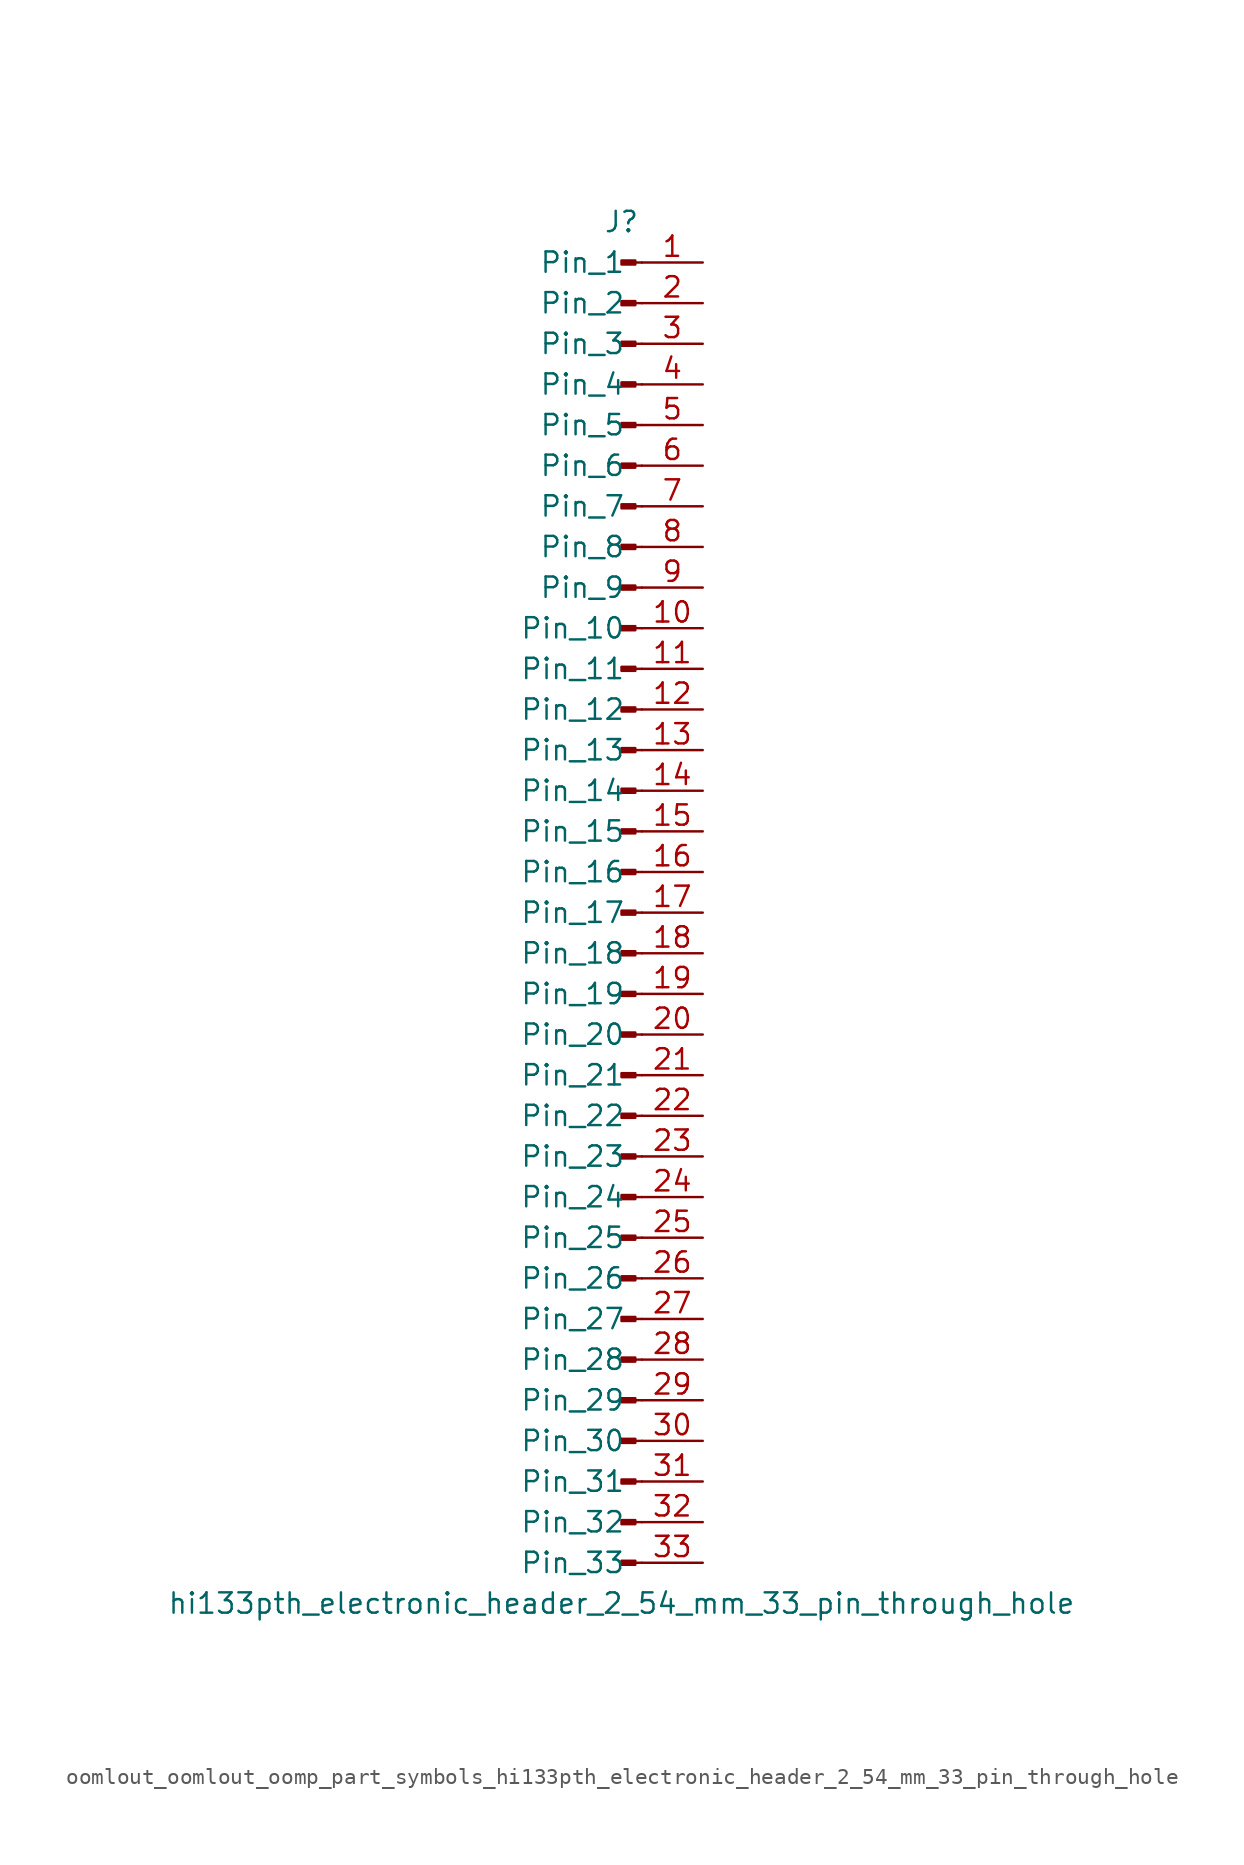
<source format=kicad_sym>
(kicad_symbol_lib
  (version 20220914)
  (generator kicad_symbol_editor)
  (symbol "oomlout_oomlout_oomp_part_symbols_hi133pth_electronic_header_2_54_mm_33_pin_through_hole"
    (pin_names
      (offset 1.016))
    (property "Reference" "J"
      (at 0 43.18 0)
      (effects (font (size 1.27 1.27))))
    (property "Value" "hi133pth_electronic_header_2_54_mm_33_pin_through_hole"
      (at 0 -43.18 0)
      (effects (font (size 1.27 1.27))))
    (property "ki_locked" ""
      (at 0 0 0)
      (effects (font (size 1.27 1.27))))
    (symbol "oomlout_oomlout_oomp_part_symbols_hi133pth_electronic_header_2_54_mm_33_pin_through_hole_1_1"
      (polyline (pts (xy 1.27 -40.64) (xy 0.864 -40.64)) (stroke (width 0.152) (type default)) (fill (type none)))
      (polyline (pts (xy 1.27 -38.1) (xy 0.864 -38.1)) (stroke (width 0.152) (type default)) (fill (type none)))
      (polyline (pts (xy 1.27 -35.56) (xy 0.864 -35.56)) (stroke (width 0.152) (type default)) (fill (type none)))
      (polyline (pts (xy 1.27 -33.02) (xy 0.864 -33.02)) (stroke (width 0.152) (type default)) (fill (type none)))
      (polyline (pts (xy 1.27 -30.48) (xy 0.864 -30.48)) (stroke (width 0.152) (type default)) (fill (type none)))
      (polyline (pts (xy 1.27 -27.94) (xy 0.864 -27.94)) (stroke (width 0.152) (type default)) (fill (type none)))
      (polyline (pts (xy 1.27 -25.4) (xy 0.864 -25.4)) (stroke (width 0.152) (type default)) (fill (type none)))
      (polyline (pts (xy 1.27 -22.86) (xy 0.864 -22.86)) (stroke (width 0.152) (type default)) (fill (type none)))
      (polyline (pts (xy 1.27 -20.32) (xy 0.864 -20.32)) (stroke (width 0.152) (type default)) (fill (type none)))
      (polyline (pts (xy 1.27 -17.78) (xy 0.864 -17.78)) (stroke (width 0.152) (type default)) (fill (type none)))
      (polyline (pts (xy 1.27 -15.24) (xy 0.864 -15.24)) (stroke (width 0.152) (type default)) (fill (type none)))
      (polyline (pts (xy 1.27 -12.7) (xy 0.864 -12.7)) (stroke (width 0.152) (type default)) (fill (type none)))
      (polyline (pts (xy 1.27 -10.16) (xy 0.864 -10.16)) (stroke (width 0.152) (type default)) (fill (type none)))
      (polyline (pts (xy 1.27 -7.62) (xy 0.864 -7.62)) (stroke (width 0.152) (type default)) (fill (type none)))
      (polyline (pts (xy 1.27 -5.08) (xy 0.864 -5.08)) (stroke (width 0.152) (type default)) (fill (type none)))
      (polyline (pts (xy 1.27 -2.54) (xy 0.864 -2.54)) (stroke (width 0.152) (type default)) (fill (type none)))
      (polyline (pts (xy 1.27 0) (xy 0.864 0)) (stroke (width 0.152) (type default)) (fill (type none)))
      (polyline (pts (xy 1.27 2.54) (xy 0.864 2.54)) (stroke (width 0.152) (type default)) (fill (type none)))
      (polyline (pts (xy 1.27 5.08) (xy 0.864 5.08)) (stroke (width 0.152) (type default)) (fill (type none)))
      (polyline (pts (xy 1.27 7.62) (xy 0.864 7.62)) (stroke (width 0.152) (type default)) (fill (type none)))
      (polyline (pts (xy 1.27 10.16) (xy 0.864 10.16)) (stroke (width 0.152) (type default)) (fill (type none)))
      (polyline (pts (xy 1.27 12.7) (xy 0.864 12.7)) (stroke (width 0.152) (type default)) (fill (type none)))
      (polyline (pts (xy 1.27 15.24) (xy 0.864 15.24)) (stroke (width 0.152) (type default)) (fill (type none)))
      (polyline (pts (xy 1.27 17.78) (xy 0.864 17.78)) (stroke (width 0.152) (type default)) (fill (type none)))
      (polyline (pts (xy 1.27 20.32) (xy 0.864 20.32)) (stroke (width 0.152) (type default)) (fill (type none)))
      (polyline (pts (xy 1.27 22.86) (xy 0.864 22.86)) (stroke (width 0.152) (type default)) (fill (type none)))
      (polyline (pts (xy 1.27 25.4) (xy 0.864 25.4)) (stroke (width 0.152) (type default)) (fill (type none)))
      (polyline (pts (xy 1.27 27.94) (xy 0.864 27.94)) (stroke (width 0.152) (type default)) (fill (type none)))
      (polyline (pts (xy 1.27 30.48) (xy 0.864 30.48)) (stroke (width 0.152) (type default)) (fill (type none)))
      (polyline (pts (xy 1.27 33.02) (xy 0.864 33.02)) (stroke (width 0.152) (type default)) (fill (type none)))
      (polyline (pts (xy 1.27 35.56) (xy 0.864 35.56)) (stroke (width 0.152) (type default)) (fill (type none)))
      (polyline (pts (xy 1.27 38.1) (xy 0.864 38.1)) (stroke (width 0.152) (type default)) (fill (type none)))
      (polyline (pts (xy 1.27 40.64) (xy 0.864 40.64)) (stroke (width 0.152) (type default)) (fill (type none)))
      (rectangle (start 0.864 -40.513) (end 0 -40.767) (stroke (width 0.152) (type default)) (fill (type outline)))
      (rectangle (start 0.864 -37.973) (end 0 -38.227) (stroke (width 0.152) (type default)) (fill (type outline)))
      (rectangle (start 0.864 -35.433) (end 0 -35.687) (stroke (width 0.152) (type default)) (fill (type outline)))
      (rectangle (start 0.864 -32.893) (end 0 -33.147) (stroke (width 0.152) (type default)) (fill (type outline)))
      (rectangle (start 0.864 -30.353) (end 0 -30.607) (stroke (width 0.152) (type default)) (fill (type outline)))
      (rectangle (start 0.864 -27.813) (end 0 -28.067) (stroke (width 0.152) (type default)) (fill (type outline)))
      (rectangle (start 0.864 -25.273) (end 0 -25.527) (stroke (width 0.152) (type default)) (fill (type outline)))
      (rectangle (start 0.864 -22.733) (end 0 -22.987) (stroke (width 0.152) (type default)) (fill (type outline)))
      (rectangle (start 0.864 -20.193) (end 0 -20.447) (stroke (width 0.152) (type default)) (fill (type outline)))
      (rectangle (start 0.864 -17.653) (end 0 -17.907) (stroke (width 0.152) (type default)) (fill (type outline)))
      (rectangle (start 0.864 -15.113) (end 0 -15.367) (stroke (width 0.152) (type default)) (fill (type outline)))
      (rectangle (start 0.864 -12.573) (end 0 -12.827) (stroke (width 0.152) (type default)) (fill (type outline)))
      (rectangle (start 0.864 -10.033) (end 0 -10.287) (stroke (width 0.152) (type default)) (fill (type outline)))
      (rectangle (start 0.864 -7.493) (end 0 -7.747) (stroke (width 0.152) (type default)) (fill (type outline)))
      (rectangle (start 0.864 -4.953) (end 0 -5.207) (stroke (width 0.152) (type default)) (fill (type outline)))
      (rectangle (start 0.864 -2.413) (end 0 -2.667) (stroke (width 0.152) (type default)) (fill (type outline)))
      (rectangle (start 0.864 0.127) (end 0 -0.127) (stroke (width 0.152) (type default)) (fill (type outline)))
      (rectangle (start 0.864 2.667) (end 0 2.413) (stroke (width 0.152) (type default)) (fill (type outline)))
      (rectangle (start 0.864 5.207) (end 0 4.953) (stroke (width 0.152) (type default)) (fill (type outline)))
      (rectangle (start 0.864 7.747) (end 0 7.493) (stroke (width 0.152) (type default)) (fill (type outline)))
      (rectangle (start 0.864 10.287) (end 0 10.033) (stroke (width 0.152) (type default)) (fill (type outline)))
      (rectangle (start 0.864 12.827) (end 0 12.573) (stroke (width 0.152) (type default)) (fill (type outline)))
      (rectangle (start 0.864 15.367) (end 0 15.113) (stroke (width 0.152) (type default)) (fill (type outline)))
      (rectangle (start 0.864 17.907) (end 0 17.653) (stroke (width 0.152) (type default)) (fill (type outline)))
      (rectangle (start 0.864 20.447) (end 0 20.193) (stroke (width 0.152) (type default)) (fill (type outline)))
      (rectangle (start 0.864 22.987) (end 0 22.733) (stroke (width 0.152) (type default)) (fill (type outline)))
      (rectangle (start 0.864 25.527) (end 0 25.273) (stroke (width 0.152) (type default)) (fill (type outline)))
      (rectangle (start 0.864 28.067) (end 0 27.813) (stroke (width 0.152) (type default)) (fill (type outline)))
      (rectangle (start 0.864 30.607) (end 0 30.353) (stroke (width 0.152) (type default)) (fill (type outline)))
      (rectangle (start 0.864 33.147) (end 0 32.893) (stroke (width 0.152) (type default)) (fill (type outline)))
      (rectangle (start 0.864 35.687) (end 0 35.433) (stroke (width 0.152) (type default)) (fill (type outline)))
      (rectangle (start 0.864 38.227) (end 0 37.973) (stroke (width 0.152) (type default)) (fill (type outline)))
      (rectangle (start 0.864 40.767) (end 0 40.513) (stroke (width 0.152) (type default)) (fill (type outline)))
      (pin passive line (at 5.08 40.64 180) (length 3.81) (name "Pin_1" (effects (font (size 1.27 1.27)))) (number "1" (effects (font (size 1.27 1.27)))))
      (pin passive line (at 5.08 17.78 180) (length 3.81) (name "Pin_10" (effects (font (size 1.27 1.27)))) (number "10" (effects (font (size 1.27 1.27)))))
      (pin passive line (at 5.08 15.24 180) (length 3.81) (name "Pin_11" (effects (font (size 1.27 1.27)))) (number "11" (effects (font (size 1.27 1.27)))))
      (pin passive line (at 5.08 12.7 180) (length 3.81) (name "Pin_12" (effects (font (size 1.27 1.27)))) (number "12" (effects (font (size 1.27 1.27)))))
      (pin passive line (at 5.08 10.16 180) (length 3.81) (name "Pin_13" (effects (font (size 1.27 1.27)))) (number "13" (effects (font (size 1.27 1.27)))))
      (pin passive line (at 5.08 7.62 180) (length 3.81) (name "Pin_14" (effects (font (size 1.27 1.27)))) (number "14" (effects (font (size 1.27 1.27)))))
      (pin passive line (at 5.08 5.08 180) (length 3.81) (name "Pin_15" (effects (font (size 1.27 1.27)))) (number "15" (effects (font (size 1.27 1.27)))))
      (pin passive line (at 5.08 2.54 180) (length 3.81) (name "Pin_16" (effects (font (size 1.27 1.27)))) (number "16" (effects (font (size 1.27 1.27)))))
      (pin passive line (at 5.08 0 180) (length 3.81) (name "Pin_17" (effects (font (size 1.27 1.27)))) (number "17" (effects (font (size 1.27 1.27)))))
      (pin passive line (at 5.08 -2.54 180) (length 3.81) (name "Pin_18" (effects (font (size 1.27 1.27)))) (number "18" (effects (font (size 1.27 1.27)))))
      (pin passive line (at 5.08 -5.08 180) (length 3.81) (name "Pin_19" (effects (font (size 1.27 1.27)))) (number "19" (effects (font (size 1.27 1.27)))))
      (pin passive line (at 5.08 38.1 180) (length 3.81) (name "Pin_2" (effects (font (size 1.27 1.27)))) (number "2" (effects (font (size 1.27 1.27)))))
      (pin passive line (at 5.08 -7.62 180) (length 3.81) (name "Pin_20" (effects (font (size 1.27 1.27)))) (number "20" (effects (font (size 1.27 1.27)))))
      (pin passive line (at 5.08 -10.16 180) (length 3.81) (name "Pin_21" (effects (font (size 1.27 1.27)))) (number "21" (effects (font (size 1.27 1.27)))))
      (pin passive line (at 5.08 -12.7 180) (length 3.81) (name "Pin_22" (effects (font (size 1.27 1.27)))) (number "22" (effects (font (size 1.27 1.27)))))
      (pin passive line (at 5.08 -15.24 180) (length 3.81) (name "Pin_23" (effects (font (size 1.27 1.27)))) (number "23" (effects (font (size 1.27 1.27)))))
      (pin passive line (at 5.08 -17.78 180) (length 3.81) (name "Pin_24" (effects (font (size 1.27 1.27)))) (number "24" (effects (font (size 1.27 1.27)))))
      (pin passive line (at 5.08 -20.32 180) (length 3.81) (name "Pin_25" (effects (font (size 1.27 1.27)))) (number "25" (effects (font (size 1.27 1.27)))))
      (pin passive line (at 5.08 -22.86 180) (length 3.81) (name "Pin_26" (effects (font (size 1.27 1.27)))) (number "26" (effects (font (size 1.27 1.27)))))
      (pin passive line (at 5.08 -25.4 180) (length 3.81) (name "Pin_27" (effects (font (size 1.27 1.27)))) (number "27" (effects (font (size 1.27 1.27)))))
      (pin passive line (at 5.08 -27.94 180) (length 3.81) (name "Pin_28" (effects (font (size 1.27 1.27)))) (number "28" (effects (font (size 1.27 1.27)))))
      (pin passive line (at 5.08 -30.48 180) (length 3.81) (name "Pin_29" (effects (font (size 1.27 1.27)))) (number "29" (effects (font (size 1.27 1.27)))))
      (pin passive line (at 5.08 35.56 180) (length 3.81) (name "Pin_3" (effects (font (size 1.27 1.27)))) (number "3" (effects (font (size 1.27 1.27)))))
      (pin passive line (at 5.08 -33.02 180) (length 3.81) (name "Pin_30" (effects (font (size 1.27 1.27)))) (number "30" (effects (font (size 1.27 1.27)))))
      (pin passive line (at 5.08 -35.56 180) (length 3.81) (name "Pin_31" (effects (font (size 1.27 1.27)))) (number "31" (effects (font (size 1.27 1.27)))))
      (pin passive line (at 5.08 -38.1 180) (length 3.81) (name "Pin_32" (effects (font (size 1.27 1.27)))) (number "32" (effects (font (size 1.27 1.27)))))
      (pin passive line (at 5.08 -40.64 180) (length 3.81) (name "Pin_33" (effects (font (size 1.27 1.27)))) (number "33" (effects (font (size 1.27 1.27)))))
      (pin passive line (at 5.08 33.02 180) (length 3.81) (name "Pin_4" (effects (font (size 1.27 1.27)))) (number "4" (effects (font (size 1.27 1.27)))))
      (pin passive line (at 5.08 30.48 180) (length 3.81) (name "Pin_5" (effects (font (size 1.27 1.27)))) (number "5" (effects (font (size 1.27 1.27)))))
      (pin passive line (at 5.08 27.94 180) (length 3.81) (name "Pin_6" (effects (font (size 1.27 1.27)))) (number "6" (effects (font (size 1.27 1.27)))))
      (pin passive line (at 5.08 25.4 180) (length 3.81) (name "Pin_7" (effects (font (size 1.27 1.27)))) (number "7" (effects (font (size 1.27 1.27)))))
      (pin passive line (at 5.08 22.86 180) (length 3.81) (name "Pin_8" (effects (font (size 1.27 1.27)))) (number "8" (effects (font (size 1.27 1.27)))))
      (pin passive line (at 5.08 20.32 180) (length 3.81) (name "Pin_9" (effects (font (size 1.27 1.27)))) (number "9" (effects (font (size 1.27 1.27))))))))
</source>
